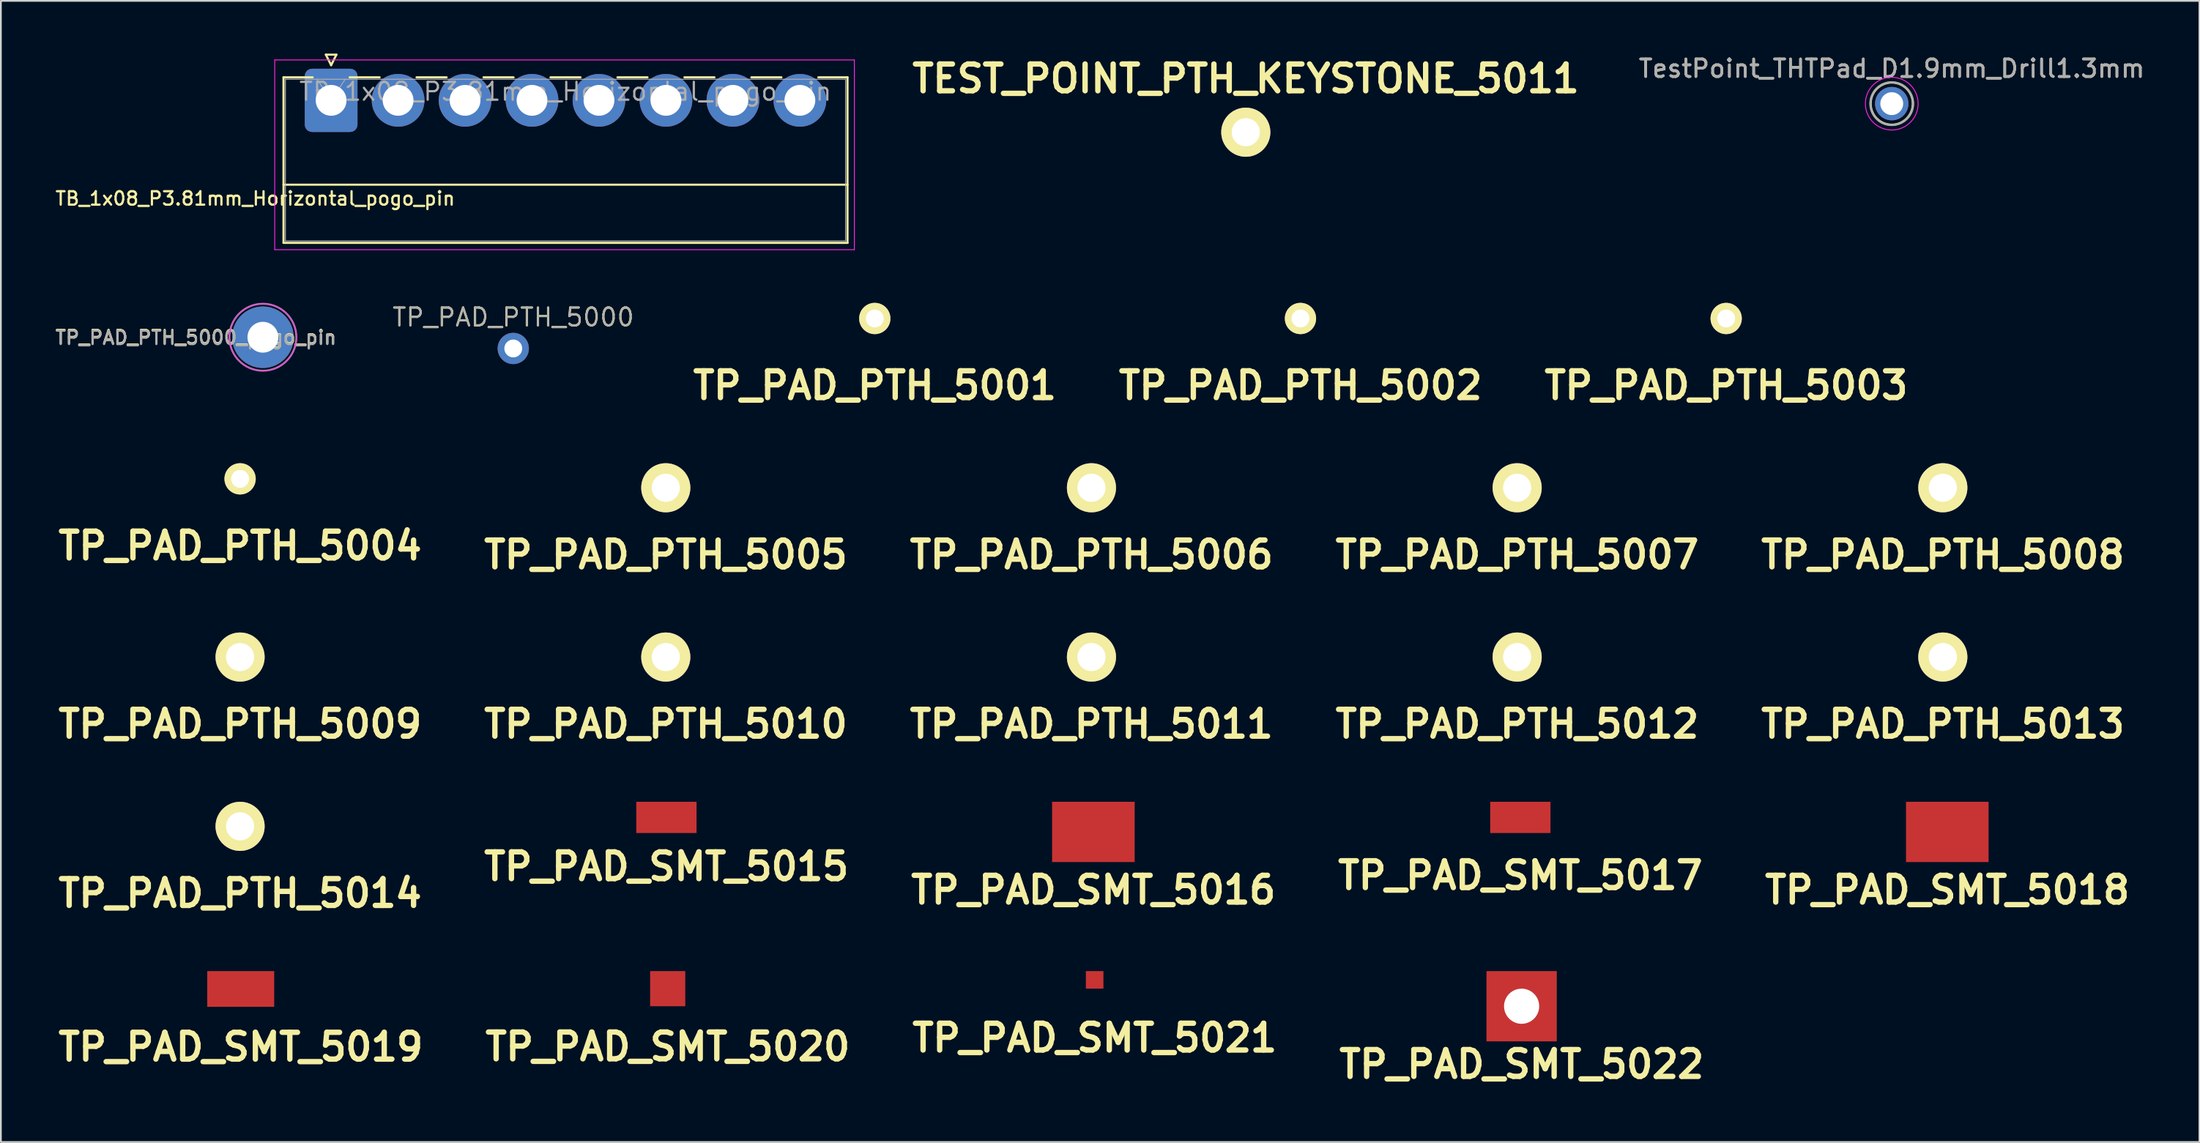
<source format=kicad_pcb>
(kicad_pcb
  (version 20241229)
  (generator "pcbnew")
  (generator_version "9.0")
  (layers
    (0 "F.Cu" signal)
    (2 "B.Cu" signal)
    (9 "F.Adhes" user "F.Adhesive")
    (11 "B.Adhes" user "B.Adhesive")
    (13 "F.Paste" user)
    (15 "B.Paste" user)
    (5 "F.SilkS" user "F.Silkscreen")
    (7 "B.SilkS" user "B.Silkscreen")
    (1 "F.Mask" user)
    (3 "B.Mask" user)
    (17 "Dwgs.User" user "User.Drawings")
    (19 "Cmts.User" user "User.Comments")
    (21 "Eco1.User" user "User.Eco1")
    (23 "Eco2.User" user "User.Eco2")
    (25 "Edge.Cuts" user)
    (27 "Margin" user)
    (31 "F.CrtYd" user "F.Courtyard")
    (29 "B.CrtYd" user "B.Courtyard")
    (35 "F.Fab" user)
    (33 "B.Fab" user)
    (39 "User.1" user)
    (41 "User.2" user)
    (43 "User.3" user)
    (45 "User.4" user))
  (footprint "TP_PAD_PTH_5012"
    (layer "F.Cu")
    (at 83.27 34.341)
    (property "Reference" "TP_PAD_PTH_5012" (at 0 3.81 0) (layer "F.SilkS") (effects (font (size 1.524 1.524) (thickness 0.305))))
    (attr through_hole)
    (pad "1" thru_hole circle (at 0 0) (size 2.794 2.794) (drill 1.6) (layers "*.Cu" "*.Mask" "F.SilkS")))
  (footprint "TP_PAD_PTH_5000"
    (layer "F.Cu")
    (at 26.153 16.78)
    (property "Reference" "TP_PAD_PTH_5000" (at 0 -1.778 0) (layer "F.SilkS") (effects (font (size 1.016 1.016) (thickness 0.127))))
    (attr through_hole)
    (fp_text user "${REFERENCE}" (at 0 -1.778 0) (layer "F.Fab") (effects (font (size 1.016 1.016) (thickness 0.102))))
    (pad "1" thru_hole circle (at 0 0) (size 1.778 1.778) (drill 1.016) (layers "*.Cu" "*.Mask")))
  (footprint "TP_PAD_SMT_5019"
    (layer "F.Cu")
    (at 10.646 53.227)
    (property "Reference" "TP_PAD_SMT_5019" (at 0 3.302 0) (layer "F.SilkS") (effects (font (size 1.524 1.524) (thickness 0.305))))
    (attr through_hole)
    (pad "1" smd rect (at 0 0) (size 3.81 2.032) (layers "F.Cu" "F.Mask" "F.Paste")))
  (footprint "TP_PAD_PTH_5006"
    (layer "F.Cu")
    (at 59.05 24.707)
    (property "Reference" "TP_PAD_PTH_5006" (at 0 3.81 0) (layer "F.SilkS") (effects (font (size 1.524 1.524) (thickness 0.305))))
    (attr through_hole)
    (pad "1" thru_hole circle (at 0 0) (size 2.794 2.794) (drill 1.6) (layers "*.Cu" "*.Mask" "F.SilkS")))
  (footprint "TP_PAD_PTH_5002"
    (layer "F.Cu")
    (at 70.942 15.074)
    (property "Reference" "TP_PAD_PTH_5002" (at 0 3.81 0) (layer "F.SilkS") (effects (font (size 1.524 1.524) (thickness 0.305))))
    (attr through_hole)
    (pad "1" thru_hole circle (at 0 0) (size 1.778 1.778) (drill 1.016) (layers "*.Cu" "*.Mask" "F.SilkS")))
  (footprint "TP_PAD_SMT_5015"
    (layer "F.Cu")
    (at 34.866 43.466)
    (property "Reference" "TP_PAD_SMT_5015" (at 0 2.794 0) (layer "F.SilkS") (effects (font (size 1.524 1.524) (thickness 0.305))))
    (attr through_hole)
    (pad "1" smd rect (at 0 0) (size 3.429 1.778) (layers "F.Cu" "F.Mask" "F.Paste")))
  (footprint "TP_PAD_SMT_5020"
    (layer "F.Cu")
    (at 34.939 53.211)
    (property "Reference" "TP_PAD_SMT_5020" (at 0 3.302 0) (layer "F.SilkS") (effects (font (size 1.524 1.524) (thickness 0.305))))
    (attr through_hole)
    (pad "1" smd rect (at 0 0) (size 2 2) (layers "F.Cu" "F.Mask" "F.Paste")))
  (footprint "TP_PAD_PTH_5008"
    (layer "F.Cu")
    (at 107.489 24.707)
    (property "Reference" "TP_PAD_PTH_5008" (at 0 3.81 0) (layer "F.SilkS") (effects (font (size 1.524 1.524) (thickness 0.305))))
    (attr through_hole)
    (pad "1" thru_hole circle (at 0 0) (size 2.794 2.794) (drill 1.6) (layers "*.Cu" "*.Mask" "F.SilkS")))
  (footprint "TP_PAD_PTH_5014"
    (layer "F.Cu")
    (at 10.61 43.974)
    (property "Reference" "TP_PAD_PTH_5014" (at 0 3.81 0) (layer "F.SilkS") (effects (font (size 1.524 1.524) (thickness 0.305))))
    (attr through_hole)
    (pad "1" thru_hole circle (at 0 0) (size 2.794 2.794) (drill 1.6) (layers "*.Cu" "*.Mask" "F.SilkS")))
  (footprint "TP_PAD_PTH_5005"
    (layer "F.Cu")
    (at 34.83 24.707)
    (property "Reference" "TP_PAD_PTH_5005" (at 0 3.81 0) (layer "F.SilkS") (effects (font (size 1.524 1.524) (thickness 0.305))))
    (attr through_hole)
    (pad "1" thru_hole circle (at 0 0) (size 2.794 2.794) (drill 1.6) (layers "*.Cu" "*.Mask" "F.SilkS")))
  (footprint "TB_1x08_P3.81mm_Horizontal_pogo_pin"
    (layer "F.Cu")
    (at 15.79 2.66)
    (property "Reference" "TB_1x08_P3.81mm_Horizontal_pogo_pin" (at -4.318 5.588 180) (layer "F.SilkS") (effects (font (size 0.762 0.762) (thickness 0.127))))
    (attr through_hole)
    (fp_line (start -2.71 -1.31) (end -2.71 8.11) (stroke (width 0.12) (type solid)) (layer "F.SilkS"))
    (fp_line (start -2.71 -1.31) (end -1.05 -1.31) (stroke (width 0.12) (type solid)) (layer "F.SilkS"))
    (fp_line (start -2.71 4.8) (end 29.38 4.8) (stroke (width 0.12) (type solid)) (layer "F.SilkS"))
    (fp_line (start -2.71 8.11) (end 29.38 8.11) (stroke (width 0.12) (type solid)) (layer "F.SilkS"))
    (fp_line (start -0.3 -2.6) (end 0.3 -2.6) (stroke (width 0.12) (type solid)) (layer "F.SilkS"))
    (fp_line (start 0 -2) (end -0.3 -2.6) (stroke (width 0.12) (type solid)) (layer "F.SilkS"))
    (fp_line (start 0.3 -2.6) (end 0 -2) (stroke (width 0.12) (type solid)) (layer "F.SilkS"))
    (fp_line (start 1.05 -1.31) (end 2.76 -1.31) (stroke (width 0.12) (type solid)) (layer "F.SilkS"))
    (fp_line (start 4.86 -1.31) (end 6.57 -1.31) (stroke (width 0.12) (type solid)) (layer "F.SilkS"))
    (fp_line (start 8.67 -1.31) (end 10.38 -1.31) (stroke (width 0.12) (type solid)) (layer "F.SilkS"))
    (fp_line (start 12.48 -1.31) (end 14.19 -1.31) (stroke (width 0.12) (type solid)) (layer "F.SilkS"))
    (fp_line (start 16.29 -1.31) (end 18 -1.31) (stroke (width 0.12) (type solid)) (layer "F.SilkS"))
    (fp_line (start 20.1 -1.31) (end 21.81 -1.31) (stroke (width 0.12) (type solid)) (layer "F.SilkS"))
    (fp_line (start 23.91 -1.31) (end 25.62 -1.31) (stroke (width 0.12) (type solid)) (layer "F.SilkS"))
    (fp_line (start 29.38 -1.31) (end 27.72 -1.31) (stroke (width 0.12) (type solid)) (layer "F.SilkS"))
    (fp_line (start 29.38 8.11) (end 29.38 -1.31) (stroke (width 0.12) (type solid)) (layer "F.SilkS"))
    (fp_line (start -3.21 -2.3) (end -3.21 8.5) (stroke (width 0.05) (type solid)) (layer "F.CrtYd"))
    (fp_line (start -3.21 8.5) (end 29.77 8.5) (stroke (width 0.05) (type solid)) (layer "F.CrtYd"))
    (fp_line (start 29.77 -2.3) (end -3.21 -2.3) (stroke (width 0.05) (type solid)) (layer "F.CrtYd"))
    (fp_line (start 29.77 8.5) (end 29.77 -2.3) (stroke (width 0.05) (type solid)) (layer "F.CrtYd"))
    (fp_line (start -2.6 -1.2) (end -2.6 8) (stroke (width 0.051) (type solid)) (layer "F.Fab"))
    (fp_line (start -2.6 8) (end 29.27 8) (stroke (width 0.051) (type solid)) (layer "F.Fab"))
    (fp_line (start 0 0) (end -0.8 -1.2) (stroke (width 0.051) (type solid)) (layer "F.Fab"))
    (fp_line (start 0.8 -1.2) (end 0 0) (stroke (width 0.051) (type solid)) (layer "F.Fab"))
    (fp_line (start 29.27 -1.2) (end -2.6 -1.2) (stroke (width 0.051) (type solid)) (layer "F.Fab"))
    (fp_line (start 29.27 8) (end 29.27 -1.2) (stroke (width 0.051) (type solid)) (layer "F.Fab"))
    (fp_text user "${REFERENCE}" (at 13.33 -0.5 0) (layer "F.Fab") (effects (font (size 1.016 1.016) (thickness 0.127))))
    (pad "1" thru_hole roundrect (at 0 0) (size 3 3.6) (drill 1.753) (layers "*.Cu" "*.Mask") (roundrect_rratio 0.139))
    (pad "2" thru_hole circle (at 3.81 0) (size 3 3) (drill 1.753) (layers "*.Cu" "*.Mask"))
    (pad "3" thru_hole circle (at 7.62 0) (size 3 3) (drill 1.753) (layers "*.Cu" "*.Mask"))
    (pad "4" thru_hole circle (at 11.43 0) (size 3 3) (drill 1.753) (layers "*.Cu" "*.Mask"))
    (pad "5" thru_hole circle (at 15.24 0) (size 3 3) (drill 1.753) (layers "*.Cu" "*.Mask"))
    (pad "6" thru_hole circle (at 19.05 0) (size 3 3) (drill 1.753) (layers "*.Cu" "*.Mask"))
    (pad "7" thru_hole circle (at 22.86 0) (size 3 3) (drill 1.753) (layers "*.Cu" "*.Mask"))
    (pad "8" thru_hole circle (at 26.67 0) (size 3 3) (drill 1.753) (layers "*.Cu" "*.Mask")))
  (footprint "TP_PAD_PTH_5000_pogo_pin"
    (layer "F.Cu")
    (at 11.907 16.141)
    (property "Reference" "TP_PAD_PTH_5000_pogo_pin" (at -3.81 0 0) (layer "F.SilkS") (effects (font (size 0.762 0.762) (thickness 0.127))))
    (attr through_hole)
    (fp_circle (center 0 0) (end 1.905 0) (stroke (width 0.051) (type solid)) (fill no) (layer "F.CrtYd"))
    (fp_circle (center 0 0) (end 1.905 0) (stroke (width 0.102) (type solid)) (fill no) (layer "F.Fab"))
    (fp_text user "${REFERENCE}" (at -3.81 0.038 0) (layer "F.Fab") (effects (font (size 0.762 0.762) (thickness 0.127))))
    (pad "1" thru_hole circle (at 0 0) (size 3.5 3.5) (drill 1.753) (layers "*.Cu" "*.Mask")))
  (footprint "TP_PAD_PTH_5011"
    (layer "F.Cu")
    (at 59.05 34.341)
    (property "Reference" "TP_PAD_PTH_5011" (at 0 3.81 0) (layer "F.SilkS") (effects (font (size 1.524 1.524) (thickness 0.305))))
    (attr through_hole)
    (pad "1" thru_hole circle (at 0 0) (size 2.794 2.794) (drill 1.6) (layers "*.Cu" "*.Mask" "F.SilkS")))
  (footprint "TP_PAD_PTH_5007"
    (layer "F.Cu")
    (at 83.27 24.707)
    (property "Reference" "TP_PAD_PTH_5007" (at 0 3.81 0) (layer "F.SilkS") (effects (font (size 1.524 1.524) (thickness 0.305))))
    (attr through_hole)
    (pad "1" thru_hole circle (at 0 0) (size 2.794 2.794) (drill 1.6) (layers "*.Cu" "*.Mask" "F.SilkS")))
  (footprint "TEST_POINT_PTH_KEYSTONE_5011"
    (layer "F.Cu")
    (at 67.831 4.474)
    (property "Reference" "TEST_POINT_PTH_KEYSTONE_5011" (at 0 -3.048 0) (layer "F.SilkS") (effects (font (size 1.524 1.524) (thickness 0.305))))
    (attr through_hole)
    (pad "1" thru_hole circle (at 0 0) (size 2.794 2.794) (drill 1.6) (layers "*.Cu" "*.Mask" "F.SilkS")))
  (footprint "TP_PAD_PTH_5003"
    (layer "F.Cu")
    (at 95.162 15.074)
    (property "Reference" "TP_PAD_PTH_5003" (at 0 3.81 0) (layer "F.SilkS") (effects (font (size 1.524 1.524) (thickness 0.305))))
    (attr through_hole)
    (pad "1" thru_hole circle (at 0 0) (size 1.778 1.778) (drill 1.016) (layers "*.Cu" "*.Mask" "F.SilkS")))
  (footprint "TestPoint_THTPad_D1.9mm_Drill1.3mm"
    (layer "F.Cu")
    (at 104.583 2.848)
    (property "Reference" "TestPoint_THTPad_D1.9mm_Drill1.3mm" (at 0 -1.998 0) (layer "F.SilkS") (effects (font (size 1 1) (thickness 0.15))))
    (attr exclude_from_pos_files exclude_from_bom)
    (fp_circle (center 0 0) (end 0 1.2) (stroke (width 0.12) (type solid)) (fill no) (layer "F.SilkS"))
    (fp_circle (center 0 0) (end 1.5 0) (stroke (width 0.05) (type solid)) (fill no) (layer "F.CrtYd"))
    (fp_circle (center 0 0) (end -1.2 -0.2) (stroke (width 0.12) (type solid)) (fill no) (layer "F.Fab"))
    (fp_text user "${REFERENCE}" (at 0 -2 0) (layer "F.Fab") (effects (font (size 1 1) (thickness 0.15))))
    (pad "1" thru_hole circle (at 0 0) (size 1.9 1.9) (drill 1.3) (layers "*.Cu" "*.Mask")))
  (footprint "TP_PAD_SMT_5022"
    (layer "F.Cu")
    (at 83.524 54.211)
    (property "Reference" "TP_PAD_SMT_5022" (at 0 3.302 0) (layer "F.SilkS") (effects (font (size 1.524 1.524) (thickness 0.305))))
    (attr through_hole)
    (pad "" np_thru_hole circle (at 0 0) (size 2 2) (drill 2) (layers "*.Cu" "*.Mask"))
    (pad "1" smd rect (at 0 0) (size 4 4) (layers "F.Cu" "F.Mask")))
  (footprint "TP_PAD_PTH_5001"
    (layer "F.Cu")
    (at 46.722 15.074)
    (property "Reference" "TP_PAD_PTH_5001" (at 0 3.81 0) (layer "F.SilkS") (effects (font (size 1.524 1.524) (thickness 0.305))))
    (attr through_hole)
    (pad "1" thru_hole circle (at 0 0) (size 1.778 1.778) (drill 1.016) (layers "*.Cu" "*.Mask" "F.SilkS")))
  (footprint "TP_PAD_SMT_5017"
    (layer "F.Cu")
    (at 83.451 43.466)
    (property "Reference" "TP_PAD_SMT_5017" (at 0 3.302 0) (layer "F.SilkS") (effects (font (size 1.524 1.524) (thickness 0.305))))
    (attr through_hole)
    (pad "1" smd rect (at 0 0) (size 3.429 1.778) (layers "F.Cu" "F.Mask" "F.Paste")))
  (footprint "TP_PAD_SMT_5021"
    (layer "F.Cu")
    (at 59.231 52.711)
    (property "Reference" "TP_PAD_SMT_5021" (at 0 3.302 0) (layer "F.SilkS") (effects (font (size 1.524 1.524) (thickness 0.305))))
    (attr through_hole)
    (pad "1" smd rect (at 0 0) (size 1 1) (layers "F.Cu" "F.Mask" "F.Paste")))
  (footprint "TP_PAD_PTH_5004"
    (layer "F.Cu")
    (at 10.61 24.199)
    (property "Reference" "TP_PAD_PTH_5004" (at 0 3.81 0) (layer "F.SilkS") (effects (font (size 1.524 1.524) (thickness 0.305))))
    (attr through_hole)
    (pad "1" thru_hole circle (at 0 0) (size 1.778 1.778) (drill 1.016) (layers "*.Cu" "*.Mask" "F.SilkS")))
  (footprint "TP_PAD_PTH_5009"
    (layer "F.Cu")
    (at 10.61 34.341)
    (property "Reference" "TP_PAD_PTH_5009" (at 0 3.81 0) (layer "F.SilkS") (effects (font (size 1.524 1.524) (thickness 0.305))))
    (attr through_hole)
    (pad "1" thru_hole circle (at 0 0) (size 2.794 2.794) (drill 1.6) (layers "*.Cu" "*.Mask" "F.SilkS")))
  (footprint "TP_PAD_SMT_5018"
    (layer "F.Cu")
    (at 107.743 44.292)
    (property "Reference" "TP_PAD_SMT_5018" (at 0 3.302 0) (layer "F.SilkS") (effects (font (size 1.524 1.524) (thickness 0.305))))
    (attr through_hole)
    (pad "1" smd rect (at 0 0) (size 4.699 3.429) (layers "F.Cu" "F.Mask" "F.Paste")))
  (footprint "TP_PAD_SMT_5016"
    (layer "F.Cu")
    (at 59.159 44.292)
    (property "Reference" "TP_PAD_SMT_5016" (at 0 3.302 0) (layer "F.SilkS") (effects (font (size 1.524 1.524) (thickness 0.305))))
    (attr through_hole)
    (pad "1" smd rect (at 0 0) (size 4.699 3.429) (layers "F.Cu" "F.Mask" "F.Paste")))
  (footprint "TP_PAD_PTH_5010"
    (layer "F.Cu")
    (at 34.83 34.341)
    (property "Reference" "TP_PAD_PTH_5010" (at 0 3.81 0) (layer "F.SilkS") (effects (font (size 1.524 1.524) (thickness 0.305))))
    (attr through_hole)
    (pad "1" thru_hole circle (at 0 0) (size 2.794 2.794) (drill 1.6) (layers "*.Cu" "*.Mask" "F.SilkS")))
  (footprint "TP_PAD_PTH_5013"
    (layer "F.Cu")
    (at 107.489 34.341)
    (property "Reference" "TP_PAD_PTH_5013" (at 0 3.81 0) (layer "F.SilkS") (effects (font (size 1.524 1.524) (thickness 0.305))))
    (attr through_hole)
    (pad "1" thru_hole circle (at 0 0) (size 2.794 2.794) (drill 1.6) (layers "*.Cu" "*.Mask" "F.SilkS")))
  (gr_rect
    (start -3 -3)
    (end 122.089 61.939)
    (stroke (width 0.1) (type default))
    (fill no)
    (layer "Edge.Cuts")))
</source>
